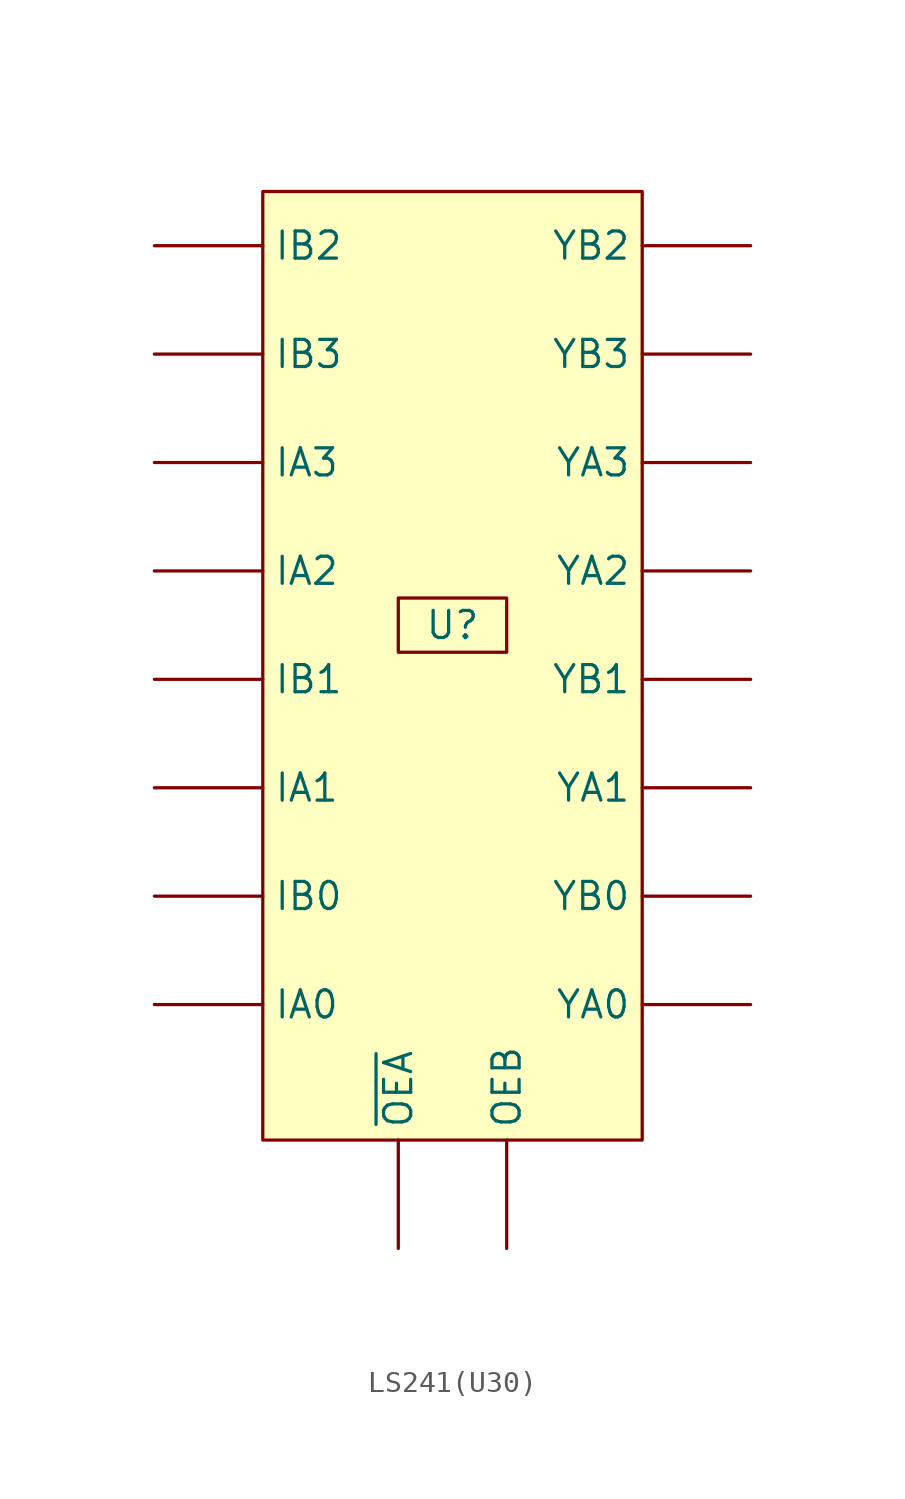
<source format=kicad_sym>
(kicad_symbol_lib
  (version 20211014)
  (generator kicad_symbol_editor)
  (symbol "LS241(U30)"
    (property "Reference" "U"
      (at 8.89 -17.78 0)
      (effects (font (size 1.27 1.27))))
    (symbol "LS241(U30)_0_0"
      (rectangle (start 0 2.54) (end 17.78 -41.91) (stroke (width 0) (type default) (color 0 0 0 0)) (fill (type background))))
    (symbol "LS241(U30)_0_1"
      (rectangle (start 6.35 -16.51) (end 11.43 -19.05) (stroke (width 0) (type default) (color 0 0 0 0)) (fill (type none))))
    (symbol "LS241(U30)_1_1"
      (pin passive line (at -5.08 -35.56 0) (length 5.08) (name "IA0" (effects (font (size 1.27 1.27)))) (number "" (effects (font (size 1.27 1.27)))))
      (pin passive line (at -5.08 -25.4 0) (length 5.08) (name "IA1" (effects (font (size 1.27 1.27)))) (number "" (effects (font (size 1.27 1.27)))))
      (pin passive line (at -5.08 -15.24 0) (length 5.08) (name "IA2" (effects (font (size 1.27 1.27)))) (number "" (effects (font (size 1.27 1.27)))))
      (pin passive line (at -5.08 -10.16 0) (length 5.08) (name "IA3" (effects (font (size 1.27 1.27)))) (number "" (effects (font (size 1.27 1.27)))))
      (pin passive line (at -5.08 -30.48 0) (length 5.08) (name "IB0" (effects (font (size 1.27 1.27)))) (number "" (effects (font (size 1.27 1.27)))))
      (pin passive line (at -5.08 -20.32 0) (length 5.08) (name "IB1" (effects (font (size 1.27 1.27)))) (number "" (effects (font (size 1.27 1.27)))))
      (pin passive line (at -5.08 0 0) (length 5.08) (name "IB2" (effects (font (size 1.27 1.27)))) (number "" (effects (font (size 1.27 1.27)))))
      (pin passive line (at -5.08 -5.08 0) (length 5.08) (name "IB3" (effects (font (size 1.27 1.27)))) (number "" (effects (font (size 1.27 1.27)))))
      (pin passive line (at 11.43 -46.99 90) (length 5.08) (name "OEB" (effects (font (size 1.27 1.27)))) (number "" (effects (font (size 1.27 1.27)))))
      (pin passive line (at 22.86 -35.56 180) (length 5.08) (name "YA0" (effects (font (size 1.27 1.27)))) (number "" (effects (font (size 1.27 1.27)))))
      (pin passive line (at 22.86 -25.4 180) (length 5.08) (name "YA1" (effects (font (size 1.27 1.27)))) (number "" (effects (font (size 1.27 1.27)))))
      (pin passive line (at 22.86 -15.24 180) (length 5.08) (name "YA2" (effects (font (size 1.27 1.27)))) (number "" (effects (font (size 1.27 1.27)))))
      (pin passive line (at 22.86 -10.16 180) (length 5.08) (name "YA3" (effects (font (size 1.27 1.27)))) (number "" (effects (font (size 1.27 1.27)))))
      (pin passive line (at 22.86 -30.48 180) (length 5.08) (name "YB0" (effects (font (size 1.27 1.27)))) (number "" (effects (font (size 1.27 1.27)))))
      (pin passive line (at 22.86 -20.32 180) (length 5.08) (name "YB1" (effects (font (size 1.27 1.27)))) (number "" (effects (font (size 1.27 1.27)))))
      (pin passive line (at 22.86 0 180) (length 5.08) (name "YB2" (effects (font (size 1.27 1.27)))) (number "" (effects (font (size 1.27 1.27)))))
      (pin passive line (at 22.86 -5.08 180) (length 5.08) (name "YB3" (effects (font (size 1.27 1.27)))) (number "" (effects (font (size 1.27 1.27)))))
      (pin passive line (at 6.35 -46.99 90) (length 5.08) (name "~{OEA}" (effects (font (size 1.27 1.27)))) (number "" (effects (font (size 1.27 1.27))))))))
</source>
